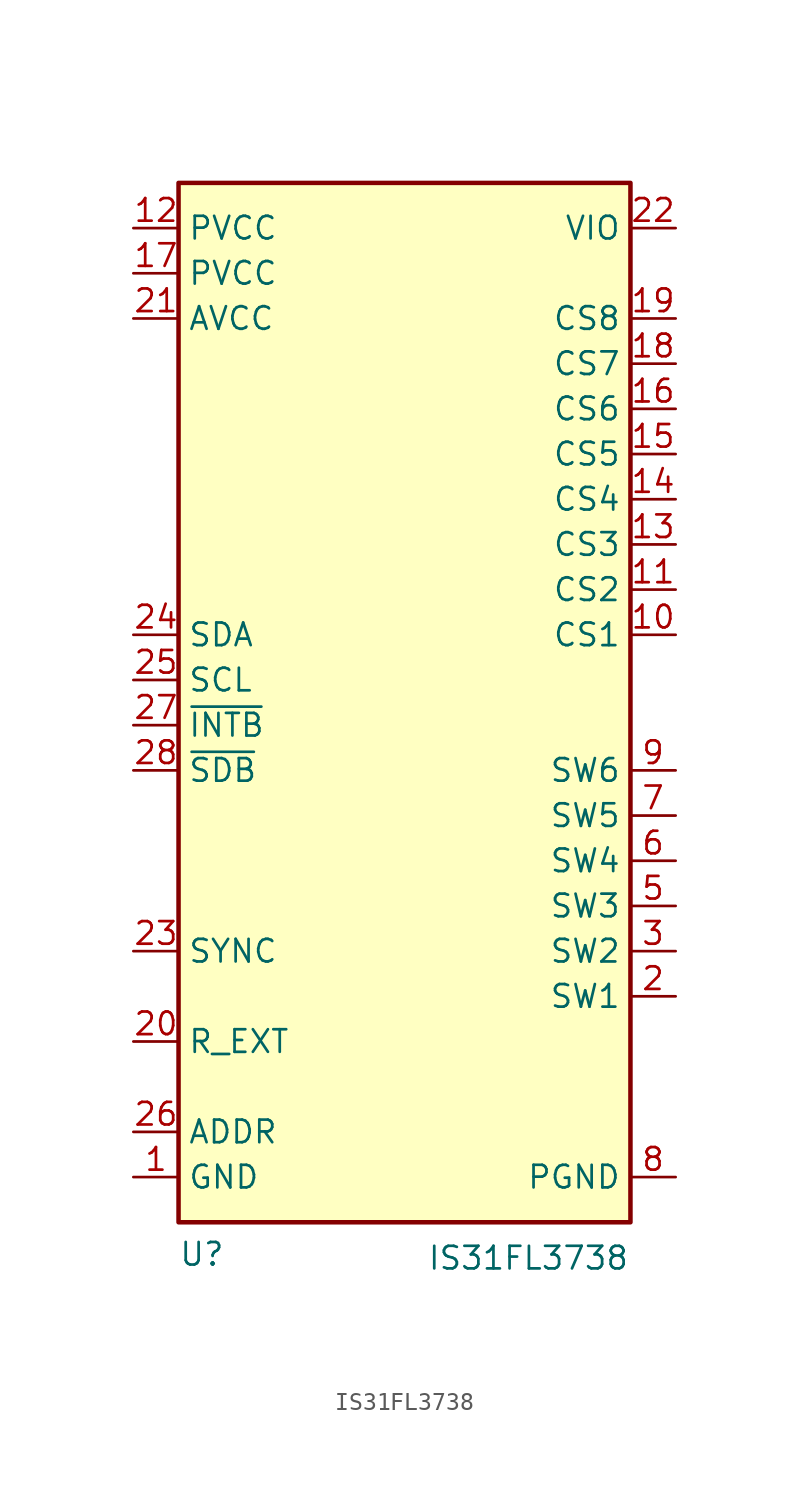
<source format=kicad_sym>
(kicad_symbol_lib
  (version 20200827)
  (generator kicad_symbol_editor)
  (symbol "is31fl3738:IS31FL3738"
    (property "Reference" "U"
      (at -13.97 -33.02 0)
      (effects (font (size 1.27 1.27)) (justify left bottom)))
    (property "Value" "IS31FL3738"
      (at 0 -31.75 0)
      (effects (font (size 1.27 1.27)) (justify left top)))
    (symbol "IS31FL3738_0_1"
      (rectangle (start -13.97 27.94) (end 11.43 -30.48) (stroke (width 0.254)) (fill (type background))))
    (symbol "IS31FL3738_1_1"
      (pin input line (at -16.51 0 0) (length 2.54) (name "SCL" (effects (font (size 1.27 1.27)))) (number "25" (effects (font (size 1.27 1.27)))))
      (pin input line (at -16.51 -5.08 0) (length 2.54) (name "~SDB" (effects (font (size 1.27 1.27)))) (number "28" (effects (font (size 1.27 1.27)))))
      (pin passive line (at -16.51 -20.32 0) (length 2.54) (name "R_EXT" (effects (font (size 1.27 1.27)))) (number "20" (effects (font (size 1.27 1.27)))))
      (pin power_in line (at -16.51 20.32 0) (length 2.54) (name "AVCC" (effects (font (size 1.27 1.27)))) (number "21" (effects (font (size 1.27 1.27)))))
      (pin power_in line (at -16.51 25.4 0) (length 2.54) (name "PVCC" (effects (font (size 1.27 1.27)))) (number "12" (effects (font (size 1.27 1.27)))))
      (pin output line (at 13.97 -17.78 180) (length 2.54) (name "SW1" (effects (font (size 1.27 1.27)))) (number "2" (effects (font (size 1.27 1.27)))))
      (pin output line (at 13.97 -15.24 180) (length 2.54) (name "SW2" (effects (font (size 1.27 1.27)))) (number "3" (effects (font (size 1.27 1.27)))))
      (pin output line (at 13.97 -12.7 180) (length 2.54) (name "SW3" (effects (font (size 1.27 1.27)))) (number "5" (effects (font (size 1.27 1.27)))))
      (pin output line (at 13.97 -10.16 180) (length 2.54) (name "SW4" (effects (font (size 1.27 1.27)))) (number "6" (effects (font (size 1.27 1.27)))))
      (pin output line (at 13.97 -7.62 180) (length 2.54) (name "SW5" (effects (font (size 1.27 1.27)))) (number "7" (effects (font (size 1.27 1.27)))))
      (pin output line (at 13.97 -5.08 180) (length 2.54) (name "SW6" (effects (font (size 1.27 1.27)))) (number "9" (effects (font (size 1.27 1.27)))))
      (pin power_in line (at -16.51 22.86 0) (length 2.54) (name "PVCC" (effects (font (size 1.27 1.27)))) (number "17" (effects (font (size 1.27 1.27)))))
      (pin output line (at 13.97 2.54 180) (length 2.54) (name "CS1" (effects (font (size 1.27 1.27)))) (number "10" (effects (font (size 1.27 1.27)))))
      (pin output line (at 13.97 5.08 180) (length 2.54) (name "CS2" (effects (font (size 1.27 1.27)))) (number "11" (effects (font (size 1.27 1.27)))))
      (pin output line (at 13.97 7.62 180) (length 2.54) (name "CS3" (effects (font (size 1.27 1.27)))) (number "13" (effects (font (size 1.27 1.27)))))
      (pin output line (at 13.97 10.16 180) (length 2.54) (name "CS4" (effects (font (size 1.27 1.27)))) (number "14" (effects (font (size 1.27 1.27)))))
      (pin output line (at 13.97 12.7 180) (length 2.54) (name "CS5" (effects (font (size 1.27 1.27)))) (number "15" (effects (font (size 1.27 1.27)))))
      (pin output line (at 13.97 15.24 180) (length 2.54) (name "CS6" (effects (font (size 1.27 1.27)))) (number "16" (effects (font (size 1.27 1.27)))))
      (pin output line (at 13.97 17.78 180) (length 2.54) (name "CS7" (effects (font (size 1.27 1.27)))) (number "18" (effects (font (size 1.27 1.27)))))
      (pin output line (at 13.97 20.32 180) (length 2.54) (name "CS8" (effects (font (size 1.27 1.27)))) (number "19" (effects (font (size 1.27 1.27)))))
      (pin power_in line (at 13.97 -27.94 180) (length 2.54) (name "PGND" (effects (font (size 1.27 1.27)))) (number "8" (effects (font (size 1.27 1.27)))))
      (pin passive line (at 13.97 -27.94 180) (length 2.54) hide (name "PGND" (effects (font (size 1.27 1.27)))) (number "29" (effects (font (size 1.27 1.27)))))
      (pin power_in line (at -16.51 -27.94 0) (length 2.54) (name "GND" (effects (font (size 1.27 1.27)))) (number "1" (effects (font (size 1.27 1.27)))))
      (pin open_collector line (at -16.51 -2.54 0) (length 2.54) (name "~INTB" (effects (font (size 1.27 1.27)))) (number "27" (effects (font (size 1.27 1.27)))))
      (pin input line (at -16.51 -25.4 0) (length 2.54) (name "ADDR" (effects (font (size 1.27 1.27)))) (number "26" (effects (font (size 1.27 1.27)))))
      (pin bidirectional line (at -16.51 2.54 0) (length 2.54) (name "SDA" (effects (font (size 1.27 1.27)))) (number "24" (effects (font (size 1.27 1.27)))))
      (pin power_in line (at 13.97 25.4 180) (length 2.54) (name "VIO" (effects (font (size 1.27 1.27)))) (number "22" (effects (font (size 1.27 1.27)))))
      (pin bidirectional line (at -16.51 -15.24 0) (length 2.54) (name "SYNC" (effects (font (size 1.27 1.27)))) (number "23" (effects (font (size 1.27 1.27)))))
      (pin passive line (at 13.97 -27.94 180) (length 2.54) hide (name "PGND" (effects (font (size 1.27 1.27)))) (number "4" (effects (font (size 1.27 1.27))))))))
</source>
